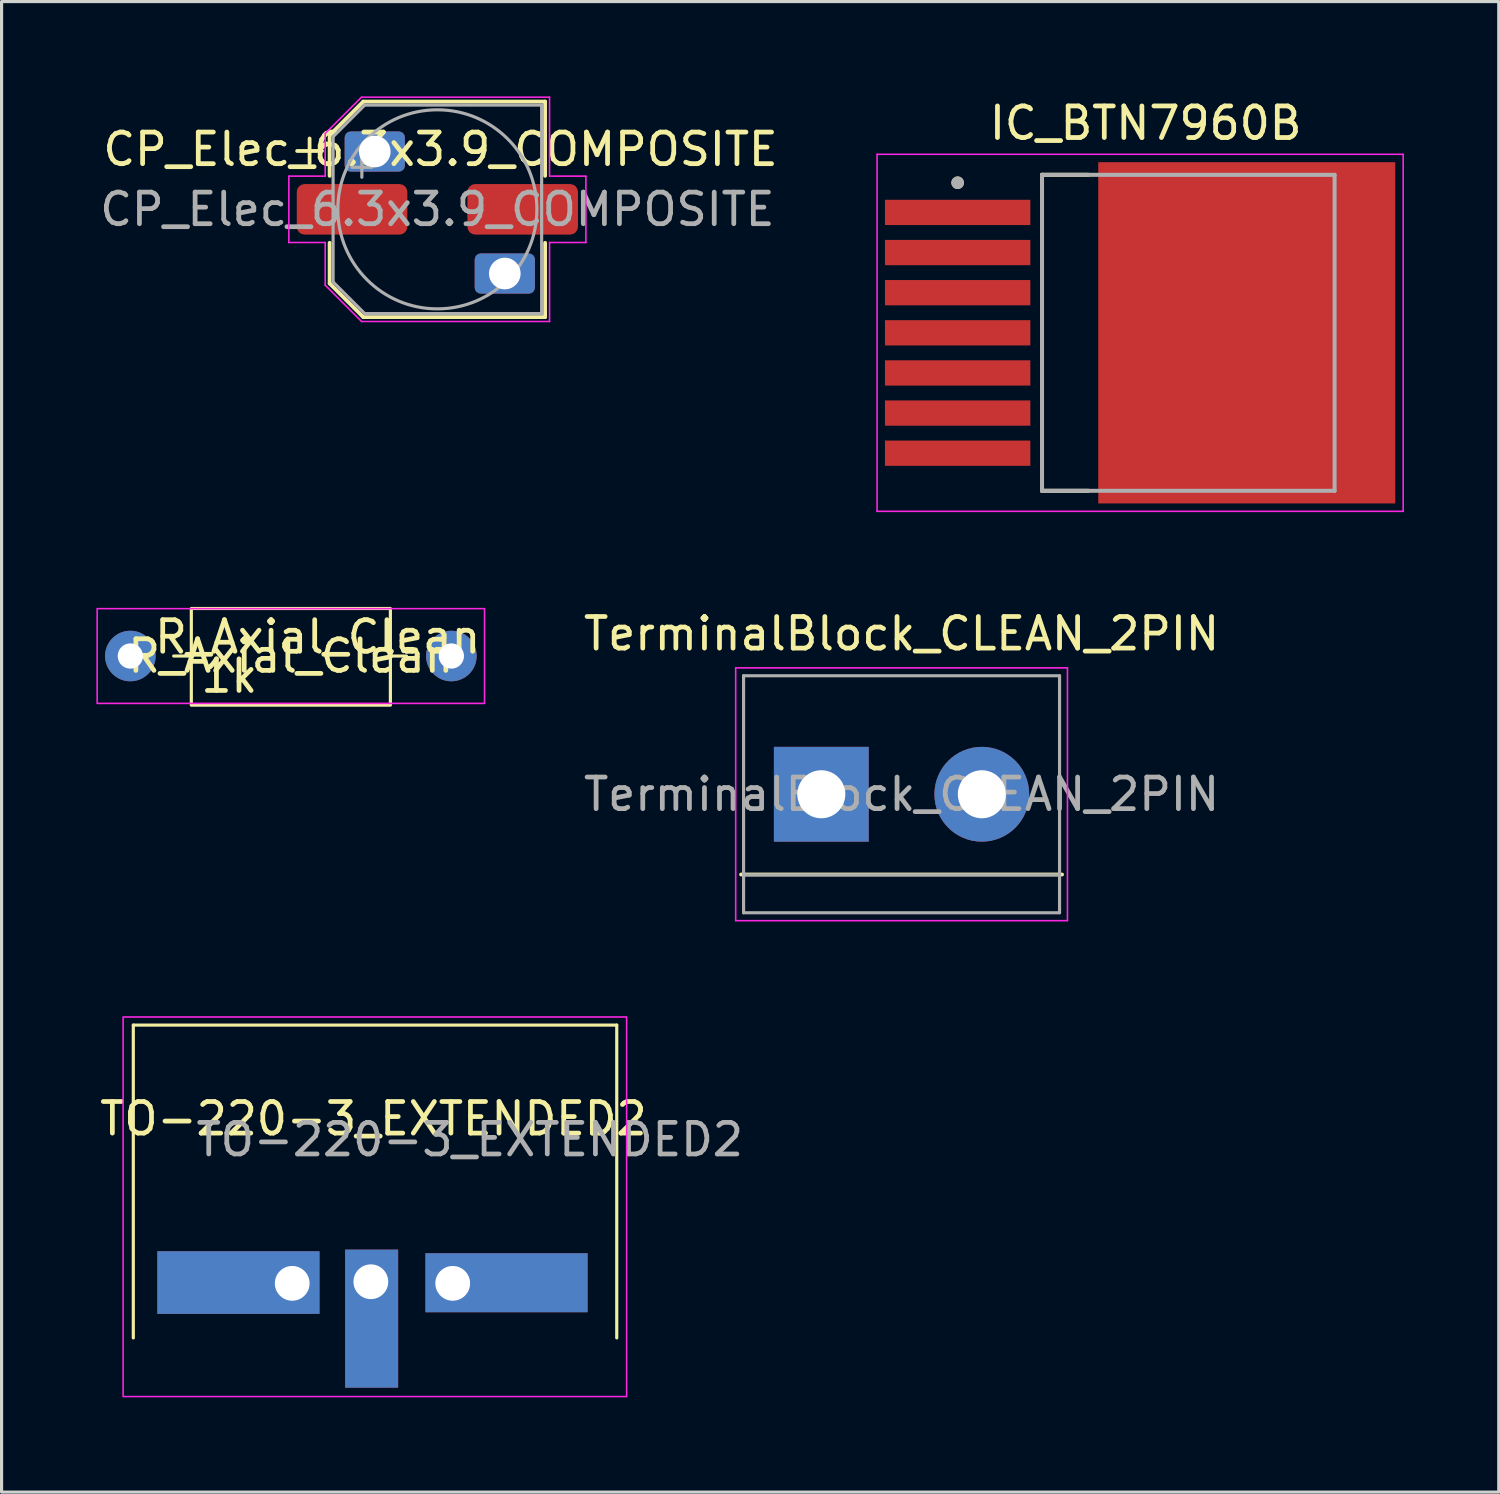
<source format=kicad_pcb>
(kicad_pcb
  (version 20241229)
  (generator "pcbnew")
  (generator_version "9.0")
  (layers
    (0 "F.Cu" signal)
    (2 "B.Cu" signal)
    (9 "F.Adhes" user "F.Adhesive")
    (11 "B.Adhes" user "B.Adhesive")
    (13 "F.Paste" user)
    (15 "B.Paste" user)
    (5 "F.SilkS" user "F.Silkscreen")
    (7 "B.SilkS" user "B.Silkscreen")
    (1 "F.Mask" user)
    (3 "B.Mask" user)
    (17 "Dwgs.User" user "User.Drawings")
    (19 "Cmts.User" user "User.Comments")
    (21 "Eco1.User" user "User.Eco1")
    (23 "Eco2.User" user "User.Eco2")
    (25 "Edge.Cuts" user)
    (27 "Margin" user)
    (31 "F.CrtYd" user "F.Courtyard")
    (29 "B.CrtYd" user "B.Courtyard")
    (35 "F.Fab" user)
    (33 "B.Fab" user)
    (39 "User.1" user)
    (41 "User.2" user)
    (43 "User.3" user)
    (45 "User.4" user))
  (footprint "CP_Elec_6.3x3.9_COMPOSITE"
    (layer "F.Cu")
    (at 10.792 3.575)
    (property "Reference" "CP_Elec_6.3x3.9_COMPOSITE" (at 0.1 -1.9 180) (layer "F.SilkS") (effects (font (size 1 1) (thickness 0.15))))
    (attr smd)
    (fp_line (start -4.438 -1.847) (end -3.65 -1.847) (stroke (width 0.12) (type solid)) (layer "F.SilkS"))
    (fp_line (start -4.044 -2.241) (end -4.044 -1.454) (stroke (width 0.12) (type solid)) (layer "F.SilkS"))
    (fp_line (start -3.41 -2.346) (end -3.41 -1.06) (stroke (width 0.12) (type solid)) (layer "F.SilkS"))
    (fp_line (start -3.41 -2.346) (end -2.346 -3.41) (stroke (width 0.12) (type solid)) (layer "F.SilkS"))
    (fp_line (start -3.41 2.346) (end -3.41 1.06) (stroke (width 0.12) (type solid)) (layer "F.SilkS"))
    (fp_line (start -3.41 2.346) (end -2.346 3.41) (stroke (width 0.12) (type solid)) (layer "F.SilkS"))
    (fp_line (start -2.346 -3.41) (end 3.41 -3.41) (stroke (width 0.12) (type solid)) (layer "F.SilkS"))
    (fp_line (start -2.346 3.41) (end 3.41 3.41) (stroke (width 0.12) (type solid)) (layer "F.SilkS"))
    (fp_line (start 3.41 -3.41) (end 3.41 -1.06) (stroke (width 0.12) (type solid)) (layer "F.SilkS"))
    (fp_line (start 3.41 3.41) (end 3.41 1.06) (stroke (width 0.12) (type solid)) (layer "F.SilkS"))
    (fp_line (start -4.7 -1.05) (end -4.7 1.05) (stroke (width 0.05) (type solid)) (layer "F.CrtYd"))
    (fp_line (start -4.7 1.05) (end -3.55 1.05) (stroke (width 0.05) (type solid)) (layer "F.CrtYd"))
    (fp_line (start -3.55 -2.4) (end -3.55 -1.05) (stroke (width 0.05) (type solid)) (layer "F.CrtYd"))
    (fp_line (start -3.55 -2.4) (end -2.4 -3.55) (stroke (width 0.05) (type solid)) (layer "F.CrtYd"))
    (fp_line (start -3.55 -1.05) (end -4.7 -1.05) (stroke (width 0.05) (type solid)) (layer "F.CrtYd"))
    (fp_line (start -3.55 1.05) (end -3.55 2.4) (stroke (width 0.05) (type solid)) (layer "F.CrtYd"))
    (fp_line (start -3.55 2.4) (end -2.4 3.55) (stroke (width 0.05) (type solid)) (layer "F.CrtYd"))
    (fp_line (start -2.4 -3.55) (end 3.55 -3.55) (stroke (width 0.05) (type solid)) (layer "F.CrtYd"))
    (fp_line (start -2.4 3.55) (end 3.55 3.55) (stroke (width 0.05) (type solid)) (layer "F.CrtYd"))
    (fp_line (start 3.55 -3.55) (end 3.55 -1.05) (stroke (width 0.05) (type solid)) (layer "F.CrtYd"))
    (fp_line (start 3.55 -1.05) (end 4.7 -1.05) (stroke (width 0.05) (type solid)) (layer "F.CrtYd"))
    (fp_line (start 3.55 1.05) (end 3.55 3.55) (stroke (width 0.05) (type solid)) (layer "F.CrtYd"))
    (fp_line (start 4.7 -1.05) (end 4.7 1.05) (stroke (width 0.05) (type solid)) (layer "F.CrtYd"))
    (fp_line (start 4.7 1.05) (end 3.55 1.05) (stroke (width 0.05) (type solid)) (layer "F.CrtYd"))
    (fp_line (start -3.3 -2.3) (end -3.3 2.3) (stroke (width 0.1) (type solid)) (layer "F.Fab"))
    (fp_line (start -3.3 -2.3) (end -2.3 -3.3) (stroke (width 0.1) (type solid)) (layer "F.Fab"))
    (fp_line (start -3.3 2.3) (end -2.3 3.3) (stroke (width 0.1) (type solid)) (layer "F.Fab"))
    (fp_line (start -2.705 -1.33) (end -2.075 -1.33) (stroke (width 0.1) (type solid)) (layer "F.Fab"))
    (fp_line (start -2.39 -1.645) (end -2.39 -1.015) (stroke (width 0.1) (type solid)) (layer "F.Fab"))
    (fp_line (start -2.3 -3.3) (end 3.3 -3.3) (stroke (width 0.1) (type solid)) (layer "F.Fab"))
    (fp_line (start -2.3 3.3) (end 3.3 3.3) (stroke (width 0.1) (type solid)) (layer "F.Fab"))
    (fp_line (start 3.3 -3.3) (end 3.3 3.3) (stroke (width 0.1) (type solid)) (layer "F.Fab"))
    (fp_circle (center 0 0) (end 3.15 0) (stroke (width 0.1) (type solid)) (fill no) (layer "F.Fab"))
    (fp_text user "${REFERENCE}" (at 0 0 180) (layer "F.Fab") (effects (font (size 1 1) (thickness 0.15))))
    (pad "1" smd roundrect (at -2.7 0) (size 3.5 1.6) (layers "F.Cu" "F.Mask" "F.Paste") (roundrect_rratio 0.156))
    (pad "1" thru_hole roundrect (at -1.981 -1.829) (size 1.905 1.27) (drill 1) (layers "*.Cu" "*.Mask") (roundrect_rratio 0.15))
    (pad "2" thru_hole roundrect (at 2.134 2.032) (size 1.905 1.27) (drill 1) (layers "*.Cu" "*.Mask") (roundrect_rratio 0.15))
    (pad "2" smd roundrect (at 2.7 0) (size 3.5 1.6) (layers "F.Cu" "F.Mask" "F.Paste") (roundrect_rratio 0.156)))
  (footprint "TO-220-3_EXTENDED2"
    (layer "F.Cu")
    (at 6.198 37.566)
    (property "Reference" "TO-220-3_EXTENDED2" (at 2.57 -5.21 0) (layer "F.SilkS") (effects (font (size 1 1) (thickness 0.15))))
    (attr through_hole)
    (fp_line (start -5.029 -8.173) (end 10.271 -8.173) (stroke (width 0.1) (type default)) (layer "F.SilkS"))
    (fp_line (start -5.029 1.727) (end -5.029 -8.173) (stroke (width 0.1) (type default)) (layer "F.SilkS"))
    (fp_line (start 10.271 -8.173) (end 10.271 1.727) (stroke (width 0.1) (type default)) (layer "F.SilkS"))
    (fp_rect (start 10.584 3.583) (end -5.352 -8.429) (stroke (width 0.05) (type solid)) (fill no) (layer "F.CrtYd"))
    (fp_text user "${REFERENCE}" (at 5.62 -4.55 0) (layer "F.Fab") (effects (font (size 1 1) (thickness 0.15))))
    (pad "1" thru_hole rect (at 0 0 90) (size 1.981 5.131) (drill 1.1 (offset 0.025 -1.702)) (layers "*.Cu" "*.Mask"))
    (pad "2" thru_hole rect (at 2.489 -0.051) (size 1.676 4.369) (drill 1.1 (offset 0.025 1.168)) (layers "*.Cu" "*.Mask"))
    (pad "3" thru_hole rect (at 5.08 0 270) (size 1.867 5.131) (drill 1.1 (offset -0.019 -1.702)) (layers "*.Cu" "*.Mask")))
  (footprint "R_Axial_Clean"
    (layer "F.Cu")
    (at 1.075 17.712)
    (property "Reference" "R_Axial_Clean" (at 5.08 0 180) (layer "F.SilkS") (effects (font (size 1 1) (thickness 0.15))))
    (property "Value" "1k" (at 5.08 2.37 180) (layer "F.Fab") (hide yes) (effects (font (size 1 1) (thickness 0.15))))
    (attr through_hole)
    (fp_line (start 1.372 0) (end 1.93 0) (stroke (width 0.1) (type solid)) (layer "F.SilkS"))
    (fp_line (start 8.738 0) (end 8.23 0) (stroke (width 0.1) (type solid)) (layer "F.SilkS"))
    (fp_rect (start 1.93 -1.504) (end 8.23 1.555) (stroke (width 0.1) (type solid)) (fill no) (layer "F.SilkS"))
    (fp_rect (start -1.05 -1.5) (end 11.21 1.5) (stroke (width 0.05) (type solid)) (fill no) (layer "F.CrtYd"))
    (fp_text user "${REFERENCE}" (at 5.93 -0.605 180) (layer "F.SilkS") (effects (font (size 1 1) (thickness 0.15))))
    (fp_text user "${VALUE}" (at 3.13 0.635 180) (layer "F.SilkS") (effects (font (size 1 1) (thickness 0.15))))
    (pad "1" thru_hole circle (at 0 0) (size 1.6 1.6) (drill 0.8) (layers "*.Cu" "*.Mask"))
    (pad "2" thru_hole circle (at 10.16 0) (size 1.6 1.6) (drill 0.8) (layers "*.Cu" "*.Mask")))
  (footprint "TerminalBlock_CLEAN_2PIN"
    (layer "F.Cu")
    (at 22.943 22.087)
    (property "Reference" "TerminalBlock_CLEAN_2PIN" (at 2.54 -5.08 180) (layer "F.SilkS") (effects (font (size 1 1) (thickness 0.15))))
    (attr through_hole)
    (fp_line (start 7.62 2.54) (end -2.54 2.54) (stroke (width 0.12) (type solid)) (layer "F.SilkS"))
    (fp_line (start -2.71 -4) (end -2.71 4) (stroke (width 0.05) (type solid)) (layer "F.CrtYd"))
    (fp_line (start -2.71 -4) (end 7.79 -4) (stroke (width 0.05) (type solid)) (layer "F.CrtYd"))
    (fp_line (start 7.79 4) (end -2.71 4) (stroke (width 0.05) (type solid)) (layer "F.CrtYd"))
    (fp_line (start 7.79 4) (end 7.79 -4) (stroke (width 0.05) (type solid)) (layer "F.CrtYd"))
    (fp_line (start -2.46 -3.75) (end -2.46 3.75) (stroke (width 0.1) (type solid)) (layer "F.Fab"))
    (fp_line (start -2.46 3.75) (end 7.54 3.75) (stroke (width 0.1) (type solid)) (layer "F.Fab"))
    (fp_line (start -2.41 2.55) (end 7.49 2.55) (stroke (width 0.1) (type solid)) (layer "F.Fab"))
    (fp_line (start 7.54 -3.75) (end -2.46 -3.75) (stroke (width 0.1) (type solid)) (layer "F.Fab"))
    (fp_line (start 7.54 3.75) (end 7.54 -3.75) (stroke (width 0.1) (type solid)) (layer "F.Fab"))
    (fp_text user "${REFERENCE}" (at 2.54 0 180) (layer "F.Fab") (effects (font (size 1 1) (thickness 0.15))))
    (pad "1" thru_hole rect (at 0 0) (size 3 3) (drill 1.52) (layers "*.Cu" "*.Mask"))
    (pad "2" thru_hole circle (at 5.08 0) (size 3 3) (drill 1.52) (layers "*.Cu" "*.Mask")))
  (footprint "IC_BTN7960B"
    (layer "F.Cu")
    (at 33.033 7.483)
    (property "Reference" "IC_BTN7960B" (at 0.175 -6.635 180) (layer "F.SilkS") (effects (font (size 1 1) (thickness 0.15))))
    (attr smd)
    (fp_line (start -3.105 -5) (end -3.105 5) (stroke (width 0.127) (type solid)) (layer "F.SilkS"))
    (fp_line (start -3.105 5) (end -1.639 5) (stroke (width 0.127) (type solid)) (layer "F.SilkS"))
    (fp_line (start -1.639 -5) (end -3.105 -5) (stroke (width 0.127) (type solid)) (layer "F.SilkS"))
    (fp_circle (center -5.775 -4.75) (end -5.675 -4.75) (stroke (width 0.2) (type solid)) (fill no) (layer "F.SilkS"))
    (fp_poly (pts (xy -1.03 -5.155) (xy 0.26 -5.155) (xy 0.26 -3.845) (xy -1.03 -3.845)) (stroke (width 0.01) (type solid)) (fill yes) (layer "F.Paste"))
    (fp_poly (pts (xy -1.03 -3.355) (xy 0.26 -3.355) (xy 0.26 -2.045) (xy -1.03 -2.045)) (stroke (width 0.01) (type solid)) (fill yes) (layer "F.Paste"))
    (fp_poly (pts (xy -1.03 -1.555) (xy 0.26 -1.555) (xy 0.26 -0.245) (xy -1.03 -0.245)) (stroke (width 0.01) (type solid)) (fill yes) (layer "F.Paste"))
    (fp_poly (pts (xy -1.03 0.245) (xy 0.26 0.245) (xy 0.26 1.555) (xy -1.03 1.555)) (stroke (width 0.01) (type solid)) (fill yes) (layer "F.Paste"))
    (fp_poly (pts (xy -1.03 2.045) (xy 0.26 2.045) (xy 0.26 3.355) (xy -1.03 3.355)) (stroke (width 0.01) (type solid)) (fill yes) (layer "F.Paste"))
    (fp_poly (pts (xy -1.03 3.845) (xy 0.26 3.845) (xy 0.26 5.155) (xy -1.03 5.155)) (stroke (width 0.01) (type solid)) (fill yes) (layer "F.Paste"))
    (fp_poly (pts (xy 0.85 -5.155) (xy 2.14 -5.155) (xy 2.14 -3.845) (xy 0.85 -3.845)) (stroke (width 0.01) (type solid)) (fill yes) (layer "F.Paste"))
    (fp_poly (pts (xy 0.85 -3.355) (xy 2.14 -3.355) (xy 2.14 -2.045) (xy 0.85 -2.045)) (stroke (width 0.01) (type solid)) (fill yes) (layer "F.Paste"))
    (fp_poly (pts (xy 0.85 -1.555) (xy 2.14 -1.555) (xy 2.14 -0.245) (xy 0.85 -0.245)) (stroke (width 0.01) (type solid)) (fill yes) (layer "F.Paste"))
    (fp_poly (pts (xy 0.85 0.245) (xy 2.14 0.245) (xy 2.14 1.555) (xy 0.85 1.555)) (stroke (width 0.01) (type solid)) (fill yes) (layer "F.Paste"))
    (fp_poly (pts (xy 0.85 2.045) (xy 2.14 2.045) (xy 2.14 3.355) (xy 0.85 3.355)) (stroke (width 0.01) (type solid)) (fill yes) (layer "F.Paste"))
    (fp_poly (pts (xy 0.85 3.845) (xy 2.14 3.845) (xy 2.14 5.155) (xy 0.85 5.155)) (stroke (width 0.01) (type solid)) (fill yes) (layer "F.Paste"))
    (fp_poly (pts (xy 2.73 -5.155) (xy 4.02 -5.155) (xy 4.02 -3.845) (xy 2.73 -3.845)) (stroke (width 0.01) (type solid)) (fill yes) (layer "F.Paste"))
    (fp_poly (pts (xy 2.73 -3.355) (xy 4.02 -3.355) (xy 4.02 -2.045) (xy 2.73 -2.045)) (stroke (width 0.01) (type solid)) (fill yes) (layer "F.Paste"))
    (fp_poly (pts (xy 2.73 -1.555) (xy 4.02 -1.555) (xy 4.02 -0.245) (xy 2.73 -0.245)) (stroke (width 0.01) (type solid)) (fill yes) (layer "F.Paste"))
    (fp_poly (pts (xy 2.73 0.245) (xy 4.02 0.245) (xy 4.02 1.555) (xy 2.73 1.555)) (stroke (width 0.01) (type solid)) (fill yes) (layer "F.Paste"))
    (fp_poly (pts (xy 2.73 2.045) (xy 4.02 2.045) (xy 4.02 3.355) (xy 2.73 3.355)) (stroke (width 0.01) (type solid)) (fill yes) (layer "F.Paste"))
    (fp_poly (pts (xy 2.73 3.845) (xy 4.02 3.845) (xy 4.02 5.155) (xy 2.73 5.155)) (stroke (width 0.01) (type solid)) (fill yes) (layer "F.Paste"))
    (fp_poly (pts (xy 4.61 -5.155) (xy 5.9 -5.155) (xy 5.9 -3.845) (xy 4.61 -3.845)) (stroke (width 0.01) (type solid)) (fill yes) (layer "F.Paste"))
    (fp_poly (pts (xy 4.61 -3.355) (xy 5.9 -3.355) (xy 5.9 -2.045) (xy 4.61 -2.045)) (stroke (width 0.01) (type solid)) (fill yes) (layer "F.Paste"))
    (fp_poly (pts (xy 4.61 -1.555) (xy 5.9 -1.555) (xy 5.9 -0.245) (xy 4.61 -0.245)) (stroke (width 0.01) (type solid)) (fill yes) (layer "F.Paste"))
    (fp_poly (pts (xy 4.61 0.245) (xy 5.9 0.245) (xy 5.9 1.555) (xy 4.61 1.555)) (stroke (width 0.01) (type solid)) (fill yes) (layer "F.Paste"))
    (fp_poly (pts (xy 4.61 2.045) (xy 5.9 2.045) (xy 5.9 3.355) (xy 4.61 3.355)) (stroke (width 0.01) (type solid)) (fill yes) (layer "F.Paste"))
    (fp_poly (pts (xy 4.61 3.845) (xy 5.9 3.845) (xy 5.9 5.155) (xy 4.61 5.155)) (stroke (width 0.01) (type solid)) (fill yes) (layer "F.Paste"))
    (fp_poly (pts (xy 6.49 -5.155) (xy 7.78 -5.155) (xy 7.78 -3.845) (xy 6.49 -3.845)) (stroke (width 0.01) (type solid)) (fill yes) (layer "F.Paste"))
    (fp_poly (pts (xy 6.49 -3.355) (xy 7.78 -3.355) (xy 7.78 -2.045) (xy 6.49 -2.045)) (stroke (width 0.01) (type solid)) (fill yes) (layer "F.Paste"))
    (fp_poly (pts (xy 6.49 -1.555) (xy 7.78 -1.555) (xy 7.78 -0.245) (xy 6.49 -0.245)) (stroke (width 0.01) (type solid)) (fill yes) (layer "F.Paste"))
    (fp_poly (pts (xy 6.49 0.245) (xy 7.78 0.245) (xy 7.78 1.555) (xy 6.49 1.555)) (stroke (width 0.01) (type solid)) (fill yes) (layer "F.Paste"))
    (fp_poly (pts (xy 6.49 2.045) (xy 7.78 2.045) (xy 7.78 3.355) (xy 6.49 3.355)) (stroke (width 0.01) (type solid)) (fill yes) (layer "F.Paste"))
    (fp_poly (pts (xy 6.49 3.845) (xy 7.78 3.845) (xy 7.78 5.155) (xy 6.49 5.155)) (stroke (width 0.01) (type solid)) (fill yes) (layer "F.Paste"))
    (fp_line (start -8.325 -5.65) (end 8.325 -5.65) (stroke (width 0.05) (type solid)) (layer "F.CrtYd"))
    (fp_line (start -8.325 5.65) (end -8.325 -5.65) (stroke (width 0.05) (type solid)) (layer "F.CrtYd"))
    (fp_line (start 8.325 -5.65) (end 8.325 5.65) (stroke (width 0.05) (type solid)) (layer "F.CrtYd"))
    (fp_line (start 8.325 5.65) (end -8.325 5.65) (stroke (width 0.05) (type solid)) (layer "F.CrtYd"))
    (fp_line (start -3.105 -5) (end 6.155 -5) (stroke (width 0.127) (type solid)) (layer "F.Fab"))
    (fp_line (start -3.105 5) (end -3.105 -5) (stroke (width 0.127) (type solid)) (layer "F.Fab"))
    (fp_line (start 6.155 -5) (end 6.155 5) (stroke (width 0.127) (type solid)) (layer "F.Fab"))
    (fp_line (start 6.155 5) (end -3.105 5) (stroke (width 0.127) (type solid)) (layer "F.Fab"))
    (fp_circle (center -5.775 -4.75) (end -5.675 -4.75) (stroke (width 0.2) (type solid)) (fill no) (layer "F.Fab"))
    (pad "1" smd rect (at -5.775 -3.81) (size 4.6 0.8) (layers "F.Cu" "F.Mask" "F.Paste"))
    (pad "2" smd rect (at -5.775 -2.54) (size 4.6 0.8) (layers "F.Cu" "F.Mask" "F.Paste"))
    (pad "3" smd rect (at -5.775 -1.27) (size 4.6 0.8) (layers "F.Cu" "F.Mask" "F.Paste"))
    (pad "4" smd rect (at -5.775 0) (size 4.6 0.8) (layers "F.Cu" "F.Mask" "F.Paste"))
    (pad "5" smd rect (at -5.775 1.27) (size 4.6 0.8) (layers "F.Cu" "F.Mask" "F.Paste"))
    (pad "6" smd rect (at -5.775 2.54) (size 4.6 0.8) (layers "F.Cu" "F.Mask" "F.Paste"))
    (pad "7" smd rect (at -5.775 3.81) (size 4.6 0.8) (layers "F.Cu" "F.Mask" "F.Paste"))
    (pad "8" smd rect (at 3.375 0) (size 9.4 10.8) (layers "F.Cu" "F.Mask")))
  (gr_rect
    (start -3 -3)
    (end 44.383 44.173)
    (stroke (width 0.1) (type default))
    (fill no)
    (layer "Edge.Cuts")))
</source>
